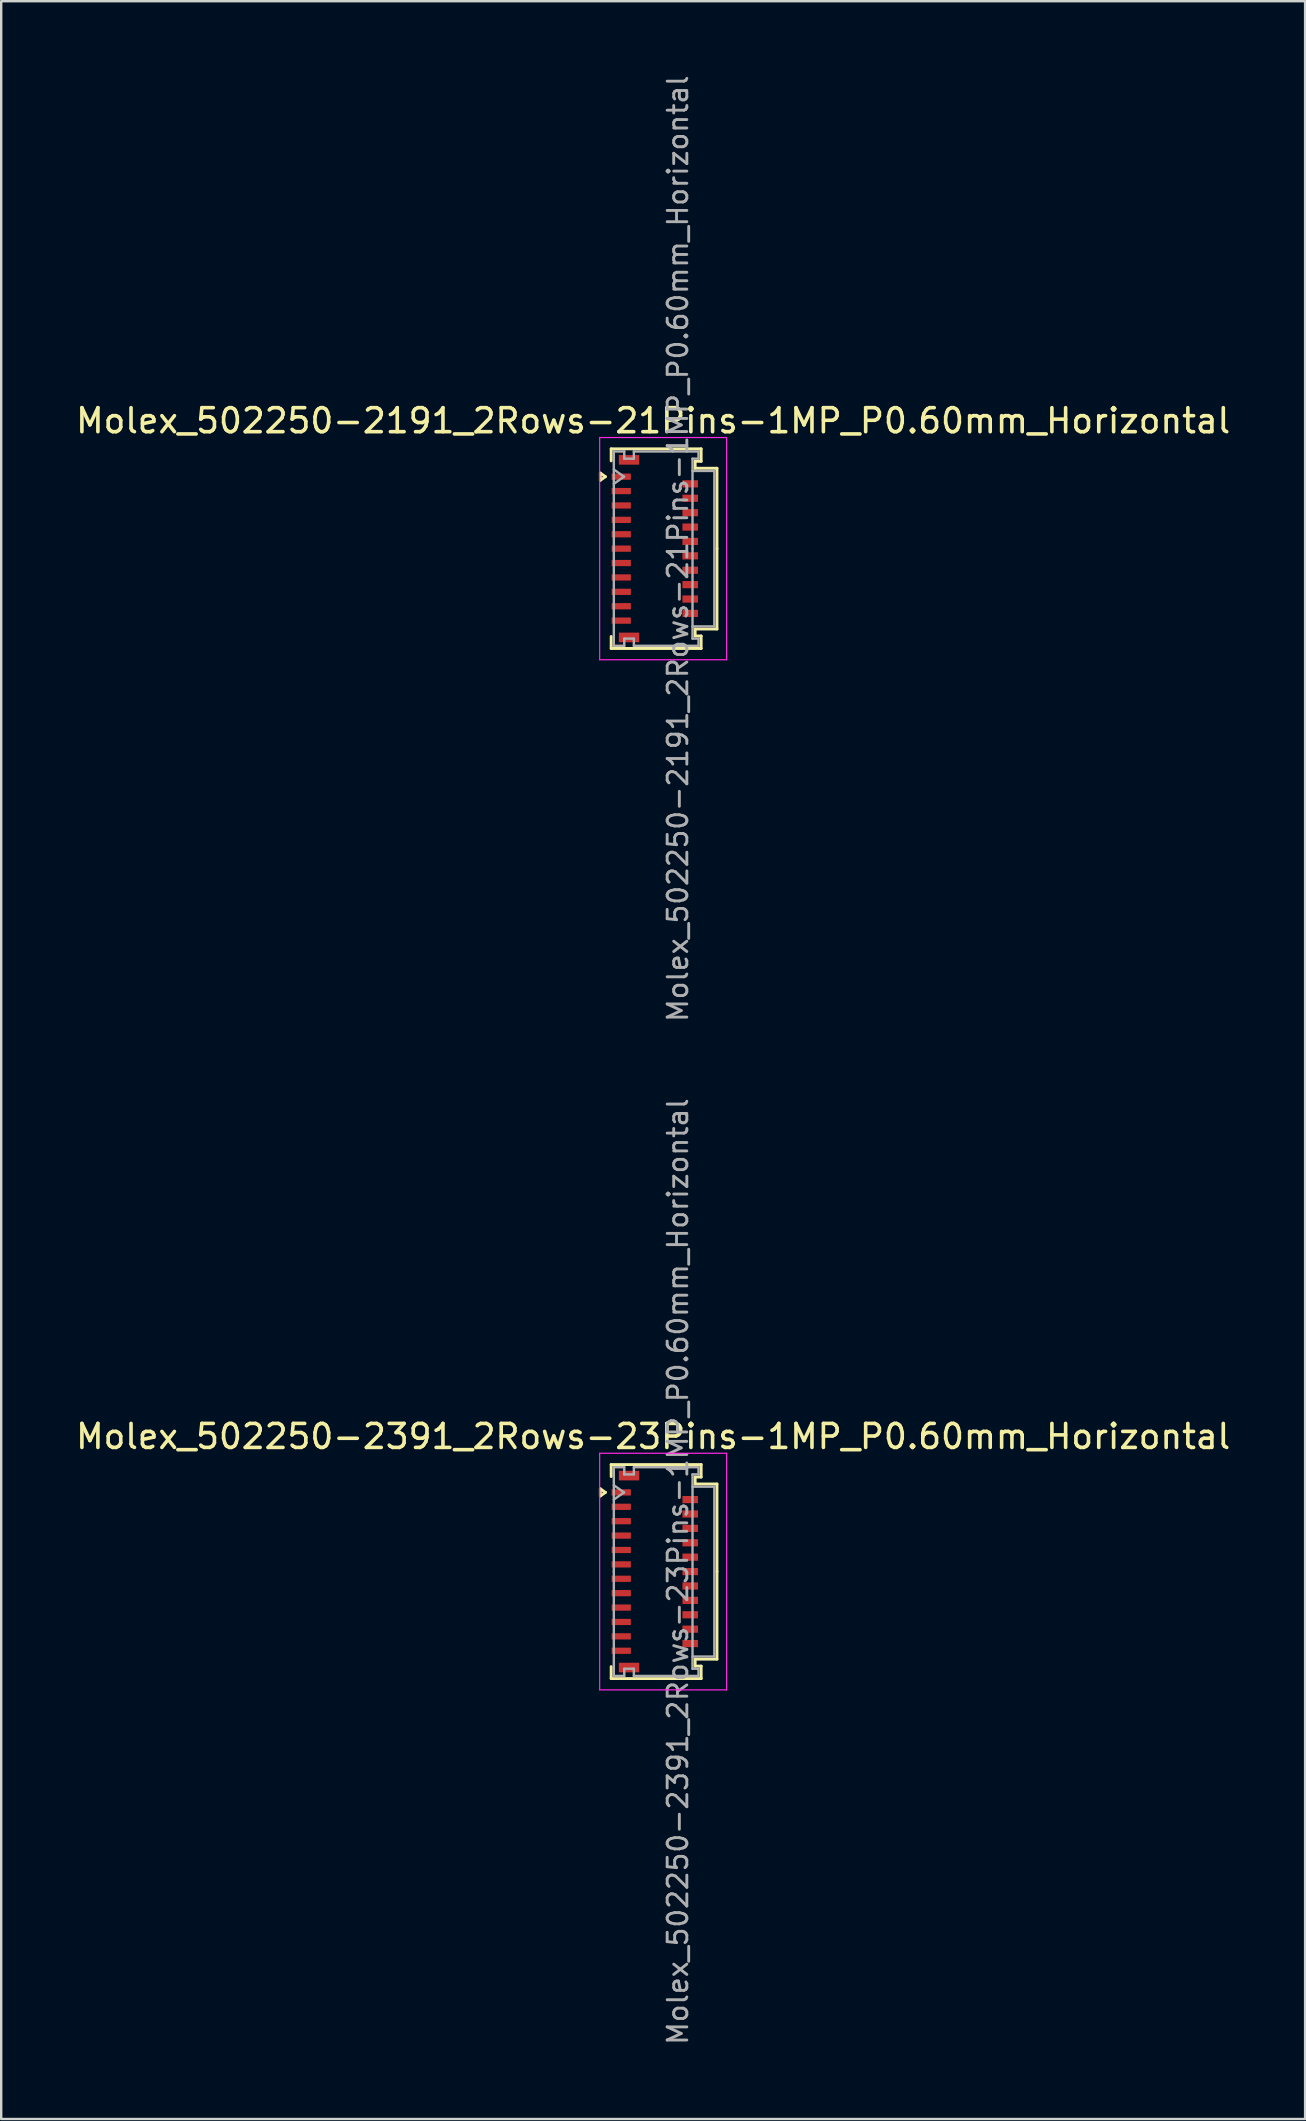
<source format=kicad_pcb>
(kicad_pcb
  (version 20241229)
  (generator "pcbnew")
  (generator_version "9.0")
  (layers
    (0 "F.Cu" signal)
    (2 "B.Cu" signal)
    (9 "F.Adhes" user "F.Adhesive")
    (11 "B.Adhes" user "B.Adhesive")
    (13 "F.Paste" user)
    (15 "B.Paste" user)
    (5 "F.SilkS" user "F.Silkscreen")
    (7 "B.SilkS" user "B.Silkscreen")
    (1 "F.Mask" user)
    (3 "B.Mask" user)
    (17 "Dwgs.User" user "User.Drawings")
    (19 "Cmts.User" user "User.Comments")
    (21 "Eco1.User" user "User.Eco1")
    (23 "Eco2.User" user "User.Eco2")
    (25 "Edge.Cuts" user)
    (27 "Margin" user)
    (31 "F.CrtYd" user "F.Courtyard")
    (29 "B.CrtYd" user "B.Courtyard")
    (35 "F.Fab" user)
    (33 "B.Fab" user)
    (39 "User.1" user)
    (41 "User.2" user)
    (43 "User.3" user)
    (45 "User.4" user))
  (footprint "Molex_502250-2391_2Rows-23Pins-1MP_P0.60mm_Horizontal"
    (layer "F.Cu")
    (at 24.243 62.451)
    (property "Reference" "Molex_502250-2391_2Rows-23Pins-1MP_P0.60mm_Horizontal" (at -0.07 -5.63 0) (layer "F.SilkS") (effects (font (size 1 1) (thickness 0.15))))
    (attr smd)
    (fp_line (start -2.272 -3.45) (end -2.06 -3.3) (stroke (width 0.12) (type solid)) (layer "F.SilkS"))
    (fp_line (start -2.272 -3.15) (end -2.272 -3.45) (stroke (width 0.12) (type solid)) (layer "F.SilkS"))
    (fp_line (start -2.06 -3.3) (end -2.272 -3.15) (stroke (width 0.12) (type solid)) (layer "F.SilkS"))
    (fp_line (start -1.82 -4.46) (end 1.93 -4.46) (stroke (width 0.12) (type solid)) (layer "F.SilkS"))
    (fp_line (start -1.82 -3.96) (end -1.82 -4.46) (stroke (width 0.12) (type solid)) (layer "F.SilkS"))
    (fp_line (start -1.82 3.96) (end -1.82 4.46) (stroke (width 0.12) (type solid)) (layer "F.SilkS"))
    (fp_line (start -1.82 4.46) (end 1.93 4.46) (stroke (width 0.12) (type solid)) (layer "F.SilkS"))
    (fp_line (start 1.68 -3.94) (end 1.68 -3.65) (stroke (width 0.12) (type solid)) (layer "F.SilkS"))
    (fp_line (start 1.68 -3.65) (end 2.59 -3.65) (stroke (width 0.12) (type solid)) (layer "F.SilkS"))
    (fp_line (start 1.68 3.65) (end 2.59 3.65) (stroke (width 0.12) (type solid)) (layer "F.SilkS"))
    (fp_line (start 1.68 3.94) (end 1.68 3.65) (stroke (width 0.12) (type solid)) (layer "F.SilkS"))
    (fp_line (start 1.93 -4.46) (end 1.93 -3.94) (stroke (width 0.12) (type solid)) (layer "F.SilkS"))
    (fp_line (start 1.93 -3.94) (end 1.68 -3.94) (stroke (width 0.12) (type solid)) (layer "F.SilkS"))
    (fp_line (start 1.93 3.94) (end 1.68 3.94) (stroke (width 0.12) (type solid)) (layer "F.SilkS"))
    (fp_line (start 1.93 4.46) (end 1.93 3.94) (stroke (width 0.12) (type solid)) (layer "F.SilkS"))
    (fp_line (start 2.59 -3.65) (end 2.59 0) (stroke (width 0.12) (type solid)) (layer "F.SilkS"))
    (fp_line (start 2.59 3.65) (end 2.59 0) (stroke (width 0.12) (type solid)) (layer "F.SilkS"))
    (fp_line (start -2.3 -4.93) (end -2.3 4.93) (stroke (width 0.05) (type solid)) (layer "F.CrtYd"))
    (fp_line (start -2.3 4.93) (end 2.99 4.93) (stroke (width 0.05) (type solid)) (layer "F.CrtYd"))
    (fp_line (start 2.99 -4.93) (end -2.3 -4.93) (stroke (width 0.05) (type solid)) (layer "F.CrtYd"))
    (fp_line (start 2.99 4.93) (end 2.99 -4.93) (stroke (width 0.05) (type solid)) (layer "F.CrtYd"))
    (fp_line (start -1.71 -4.35) (end -1.275 -4.35) (stroke (width 0.1) (type solid)) (layer "F.Fab"))
    (fp_line (start -1.71 -3.6) (end -1.286 -3.3) (stroke (width 0.1) (type solid)) (layer "F.Fab"))
    (fp_line (start -1.71 0) (end -1.71 -4.35) (stroke (width 0.1) (type solid)) (layer "F.Fab"))
    (fp_line (start -1.71 0) (end -1.71 4.35) (stroke (width 0.1) (type solid)) (layer "F.Fab"))
    (fp_line (start -1.71 4.35) (end -1.275 4.35) (stroke (width 0.1) (type solid)) (layer "F.Fab"))
    (fp_line (start -1.286 -3.3) (end -1.71 -3) (stroke (width 0.1) (type solid)) (layer "F.Fab"))
    (fp_line (start -1.275 -4.35) (end -1.275 -4.05) (stroke (width 0.1) (type solid)) (layer "F.Fab"))
    (fp_line (start -1.275 -4.05) (end -0.875 -4.05) (stroke (width 0.1) (type solid)) (layer "F.Fab"))
    (fp_line (start -1.275 4.05) (end -0.875 4.05) (stroke (width 0.1) (type solid)) (layer "F.Fab"))
    (fp_line (start -1.275 4.35) (end -1.275 4.05) (stroke (width 0.1) (type solid)) (layer "F.Fab"))
    (fp_line (start -0.875 -4.35) (end 1.82 -4.35) (stroke (width 0.1) (type solid)) (layer "F.Fab"))
    (fp_line (start -0.875 -4.05) (end -0.875 -4.35) (stroke (width 0.1) (type solid)) (layer "F.Fab"))
    (fp_line (start -0.875 4.05) (end -0.875 4.35) (stroke (width 0.1) (type solid)) (layer "F.Fab"))
    (fp_line (start -0.875 4.35) (end 1.82 4.35) (stroke (width 0.1) (type solid)) (layer "F.Fab"))
    (fp_line (start 1.57 -4.05) (end 1.57 0) (stroke (width 0.1) (type solid)) (layer "F.Fab"))
    (fp_line (start 1.57 -3.54) (end 2.48 -3.54) (stroke (width 0.1) (type solid)) (layer "F.Fab"))
    (fp_line (start 1.57 4.05) (end 1.57 0) (stroke (width 0.1) (type solid)) (layer "F.Fab"))
    (fp_line (start 1.82 -4.35) (end 1.82 -4.05) (stroke (width 0.1) (type solid)) (layer "F.Fab"))
    (fp_line (start 1.82 -4.05) (end 1.57 -4.05) (stroke (width 0.1) (type solid)) (layer "F.Fab"))
    (fp_line (start 1.82 4.05) (end 1.57 4.05) (stroke (width 0.1) (type solid)) (layer "F.Fab"))
    (fp_line (start 1.82 4.35) (end 1.82 4.05) (stroke (width 0.1) (type solid)) (layer "F.Fab"))
    (fp_line (start 2.48 -3.54) (end 2.48 3.54) (stroke (width 0.1) (type solid)) (layer "F.Fab"))
    (fp_line (start 2.48 3.54) (end 1.57 3.54) (stroke (width 0.1) (type solid)) (layer "F.Fab"))
    (fp_text user "${REFERENCE}" (at 0.96 0 90) (layer "F.Fab") (effects (font (size 0.82 0.82) (thickness 0.12))))
    (pad "1" smd rect (at -1.4 -3.3) (size 0.8 0.26) (layers "F.Cu" "F.Mask" "F.Paste"))
    (pad "2" smd rect (at 1.475 -3) (size 0.65 0.3) (layers "F.Cu" "F.Mask" "F.Paste"))
    (pad "3" smd rect (at -1.4 -2.7) (size 0.8 0.26) (layers "F.Cu" "F.Mask" "F.Paste"))
    (pad "4" smd rect (at 1.475 -2.4) (size 0.65 0.3) (layers "F.Cu" "F.Mask" "F.Paste"))
    (pad "5" smd rect (at -1.4 -2.1) (size 0.8 0.26) (layers "F.Cu" "F.Mask" "F.Paste"))
    (pad "6" smd rect (at 1.475 -1.8) (size 0.65 0.3) (layers "F.Cu" "F.Mask" "F.Paste"))
    (pad "7" smd rect (at -1.4 -1.5) (size 0.8 0.26) (layers "F.Cu" "F.Mask" "F.Paste"))
    (pad "8" smd rect (at 1.475 -1.2) (size 0.65 0.3) (layers "F.Cu" "F.Mask" "F.Paste"))
    (pad "9" smd rect (at -1.4 -0.9) (size 0.8 0.26) (layers "F.Cu" "F.Mask" "F.Paste"))
    (pad "10" smd rect (at 1.475 -0.6) (size 0.65 0.3) (layers "F.Cu" "F.Mask" "F.Paste"))
    (pad "11" smd rect (at -1.4 -0.3) (size 0.8 0.26) (layers "F.Cu" "F.Mask" "F.Paste"))
    (pad "12" smd rect (at 1.475 0) (size 0.65 0.3) (layers "F.Cu" "F.Mask" "F.Paste"))
    (pad "13" smd rect (at -1.4 0.3) (size 0.8 0.26) (layers "F.Cu" "F.Mask" "F.Paste"))
    (pad "14" smd rect (at 1.475 0.6) (size 0.65 0.3) (layers "F.Cu" "F.Mask" "F.Paste"))
    (pad "15" smd rect (at -1.4 0.9) (size 0.8 0.26) (layers "F.Cu" "F.Mask" "F.Paste"))
    (pad "16" smd rect (at 1.475 1.2) (size 0.65 0.3) (layers "F.Cu" "F.Mask" "F.Paste"))
    (pad "17" smd rect (at -1.4 1.5) (size 0.8 0.26) (layers "F.Cu" "F.Mask" "F.Paste"))
    (pad "18" smd rect (at 1.475 1.8) (size 0.65 0.3) (layers "F.Cu" "F.Mask" "F.Paste"))
    (pad "19" smd rect (at -1.4 2.1) (size 0.8 0.26) (layers "F.Cu" "F.Mask" "F.Paste"))
    (pad "20" smd rect (at 1.475 2.4) (size 0.65 0.3) (layers "F.Cu" "F.Mask" "F.Paste"))
    (pad "21" smd rect (at -1.4 2.7) (size 0.8 0.26) (layers "F.Cu" "F.Mask" "F.Paste"))
    (pad "22" smd rect (at 1.475 3) (size 0.65 0.3) (layers "F.Cu" "F.Mask" "F.Paste"))
    (pad "23" smd rect (at -1.4 3.3) (size 0.8 0.26) (layers "F.Cu" "F.Mask" "F.Paste"))
    (pad "MP" smd rect (at -1.075 -4) (size 0.85 0.4) (layers "F.Cu" "F.Mask" "F.Paste"))
    (pad "MP" smd rect (at -1.075 4) (size 0.85 0.4) (layers "F.Cu" "F.Mask" "F.Paste")))
  (footprint "Molex_502250-2191_2Rows-21Pins-1MP_P0.60mm_Horizontal"
    (layer "F.Cu")
    (at 24.243 19.817)
    (property "Reference" "Molex_502250-2191_2Rows-21Pins-1MP_P0.60mm_Horizontal" (at -0.07 -5.33 0) (layer "F.SilkS") (effects (font (size 1 1) (thickness 0.15))))
    (attr smd)
    (fp_line (start -2.272 -3.15) (end -2.06 -3) (stroke (width 0.12) (type solid)) (layer "F.SilkS"))
    (fp_line (start -2.272 -2.85) (end -2.272 -3.15) (stroke (width 0.12) (type solid)) (layer "F.SilkS"))
    (fp_line (start -2.06 -3) (end -2.272 -2.85) (stroke (width 0.12) (type solid)) (layer "F.SilkS"))
    (fp_line (start -1.82 -4.16) (end 1.93 -4.16) (stroke (width 0.12) (type solid)) (layer "F.SilkS"))
    (fp_line (start -1.82 -3.66) (end -1.82 -4.16) (stroke (width 0.12) (type solid)) (layer "F.SilkS"))
    (fp_line (start -1.82 3.66) (end -1.82 4.16) (stroke (width 0.12) (type solid)) (layer "F.SilkS"))
    (fp_line (start -1.82 4.16) (end 1.93 4.16) (stroke (width 0.12) (type solid)) (layer "F.SilkS"))
    (fp_line (start 1.68 -3.64) (end 1.68 -3.35) (stroke (width 0.12) (type solid)) (layer "F.SilkS"))
    (fp_line (start 1.68 -3.35) (end 2.59 -3.35) (stroke (width 0.12) (type solid)) (layer "F.SilkS"))
    (fp_line (start 1.68 3.35) (end 2.59 3.35) (stroke (width 0.12) (type solid)) (layer "F.SilkS"))
    (fp_line (start 1.68 3.64) (end 1.68 3.35) (stroke (width 0.12) (type solid)) (layer "F.SilkS"))
    (fp_line (start 1.93 -4.16) (end 1.93 -3.64) (stroke (width 0.12) (type solid)) (layer "F.SilkS"))
    (fp_line (start 1.93 -3.64) (end 1.68 -3.64) (stroke (width 0.12) (type solid)) (layer "F.SilkS"))
    (fp_line (start 1.93 3.64) (end 1.68 3.64) (stroke (width 0.12) (type solid)) (layer "F.SilkS"))
    (fp_line (start 1.93 4.16) (end 1.93 3.64) (stroke (width 0.12) (type solid)) (layer "F.SilkS"))
    (fp_line (start 2.59 -3.35) (end 2.59 0) (stroke (width 0.12) (type solid)) (layer "F.SilkS"))
    (fp_line (start 2.59 3.35) (end 2.59 0) (stroke (width 0.12) (type solid)) (layer "F.SilkS"))
    (fp_line (start -2.3 -4.63) (end -2.3 4.63) (stroke (width 0.05) (type solid)) (layer "F.CrtYd"))
    (fp_line (start -2.3 4.63) (end 2.99 4.63) (stroke (width 0.05) (type solid)) (layer "F.CrtYd"))
    (fp_line (start 2.99 -4.63) (end -2.3 -4.63) (stroke (width 0.05) (type solid)) (layer "F.CrtYd"))
    (fp_line (start 2.99 4.63) (end 2.99 -4.63) (stroke (width 0.05) (type solid)) (layer "F.CrtYd"))
    (fp_line (start -1.71 -4.05) (end -1.275 -4.05) (stroke (width 0.1) (type solid)) (layer "F.Fab"))
    (fp_line (start -1.71 -3.3) (end -1.286 -3) (stroke (width 0.1) (type solid)) (layer "F.Fab"))
    (fp_line (start -1.71 0) (end -1.71 -4.05) (stroke (width 0.1) (type solid)) (layer "F.Fab"))
    (fp_line (start -1.71 0) (end -1.71 4.05) (stroke (width 0.1) (type solid)) (layer "F.Fab"))
    (fp_line (start -1.71 4.05) (end -1.275 4.05) (stroke (width 0.1) (type solid)) (layer "F.Fab"))
    (fp_line (start -1.286 -3) (end -1.71 -2.7) (stroke (width 0.1) (type solid)) (layer "F.Fab"))
    (fp_line (start -1.275 -4.05) (end -1.275 -3.75) (stroke (width 0.1) (type solid)) (layer "F.Fab"))
    (fp_line (start -1.275 -3.75) (end -0.875 -3.75) (stroke (width 0.1) (type solid)) (layer "F.Fab"))
    (fp_line (start -1.275 3.75) (end -0.875 3.75) (stroke (width 0.1) (type solid)) (layer "F.Fab"))
    (fp_line (start -1.275 4.05) (end -1.275 3.75) (stroke (width 0.1) (type solid)) (layer "F.Fab"))
    (fp_line (start -0.875 -4.05) (end 1.82 -4.05) (stroke (width 0.1) (type solid)) (layer "F.Fab"))
    (fp_line (start -0.875 -3.75) (end -0.875 -4.05) (stroke (width 0.1) (type solid)) (layer "F.Fab"))
    (fp_line (start -0.875 3.75) (end -0.875 4.05) (stroke (width 0.1) (type solid)) (layer "F.Fab"))
    (fp_line (start -0.875 4.05) (end 1.82 4.05) (stroke (width 0.1) (type solid)) (layer "F.Fab"))
    (fp_line (start 1.57 -3.75) (end 1.57 0) (stroke (width 0.1) (type solid)) (layer "F.Fab"))
    (fp_line (start 1.57 -3.24) (end 2.48 -3.24) (stroke (width 0.1) (type solid)) (layer "F.Fab"))
    (fp_line (start 1.57 3.75) (end 1.57 0) (stroke (width 0.1) (type solid)) (layer "F.Fab"))
    (fp_line (start 1.82 -4.05) (end 1.82 -3.75) (stroke (width 0.1) (type solid)) (layer "F.Fab"))
    (fp_line (start 1.82 -3.75) (end 1.57 -3.75) (stroke (width 0.1) (type solid)) (layer "F.Fab"))
    (fp_line (start 1.82 3.75) (end 1.57 3.75) (stroke (width 0.1) (type solid)) (layer "F.Fab"))
    (fp_line (start 1.82 4.05) (end 1.82 3.75) (stroke (width 0.1) (type solid)) (layer "F.Fab"))
    (fp_line (start 2.48 -3.24) (end 2.48 3.24) (stroke (width 0.1) (type solid)) (layer "F.Fab"))
    (fp_line (start 2.48 3.24) (end 1.57 3.24) (stroke (width 0.1) (type solid)) (layer "F.Fab"))
    (fp_text user "${REFERENCE}" (at 0.96 0 90) (layer "F.Fab") (effects (font (size 0.82 0.82) (thickness 0.12))))
    (pad "1" smd rect (at -1.4 -3) (size 0.8 0.26) (layers "F.Cu" "F.Mask" "F.Paste"))
    (pad "2" smd rect (at 1.475 -2.7) (size 0.65 0.3) (layers "F.Cu" "F.Mask" "F.Paste"))
    (pad "3" smd rect (at -1.4 -2.4) (size 0.8 0.26) (layers "F.Cu" "F.Mask" "F.Paste"))
    (pad "4" smd rect (at 1.475 -2.1) (size 0.65 0.3) (layers "F.Cu" "F.Mask" "F.Paste"))
    (pad "5" smd rect (at -1.4 -1.8) (size 0.8 0.26) (layers "F.Cu" "F.Mask" "F.Paste"))
    (pad "6" smd rect (at 1.475 -1.5) (size 0.65 0.3) (layers "F.Cu" "F.Mask" "F.Paste"))
    (pad "7" smd rect (at -1.4 -1.2) (size 0.8 0.26) (layers "F.Cu" "F.Mask" "F.Paste"))
    (pad "8" smd rect (at 1.475 -0.9) (size 0.65 0.3) (layers "F.Cu" "F.Mask" "F.Paste"))
    (pad "9" smd rect (at -1.4 -0.6) (size 0.8 0.26) (layers "F.Cu" "F.Mask" "F.Paste"))
    (pad "10" smd rect (at 1.475 -0.3) (size 0.65 0.3) (layers "F.Cu" "F.Mask" "F.Paste"))
    (pad "11" smd rect (at -1.4 0) (size 0.8 0.26) (layers "F.Cu" "F.Mask" "F.Paste"))
    (pad "12" smd rect (at 1.475 0.3) (size 0.65 0.3) (layers "F.Cu" "F.Mask" "F.Paste"))
    (pad "13" smd rect (at -1.4 0.6) (size 0.8 0.26) (layers "F.Cu" "F.Mask" "F.Paste"))
    (pad "14" smd rect (at 1.475 0.9) (size 0.65 0.3) (layers "F.Cu" "F.Mask" "F.Paste"))
    (pad "15" smd rect (at -1.4 1.2) (size 0.8 0.26) (layers "F.Cu" "F.Mask" "F.Paste"))
    (pad "16" smd rect (at 1.475 1.5) (size 0.65 0.3) (layers "F.Cu" "F.Mask" "F.Paste"))
    (pad "17" smd rect (at -1.4 1.8) (size 0.8 0.26) (layers "F.Cu" "F.Mask" "F.Paste"))
    (pad "18" smd rect (at 1.475 2.1) (size 0.65 0.3) (layers "F.Cu" "F.Mask" "F.Paste"))
    (pad "19" smd rect (at -1.4 2.4) (size 0.8 0.26) (layers "F.Cu" "F.Mask" "F.Paste"))
    (pad "20" smd rect (at 1.475 2.7) (size 0.65 0.3) (layers "F.Cu" "F.Mask" "F.Paste"))
    (pad "21" smd rect (at -1.4 3) (size 0.8 0.26) (layers "F.Cu" "F.Mask" "F.Paste"))
    (pad "MP" smd rect (at -1.075 -3.7) (size 0.85 0.4) (layers "F.Cu" "F.Mask" "F.Paste"))
    (pad "MP" smd rect (at -1.075 3.7) (size 0.85 0.4) (layers "F.Cu" "F.Mask" "F.Paste")))
  (gr_rect
    (start -3 -3)
    (end 51.345 85.268)
    (stroke (width 0.1) (type default))
    (fill no)
    (layer "Edge.Cuts")))
</source>
